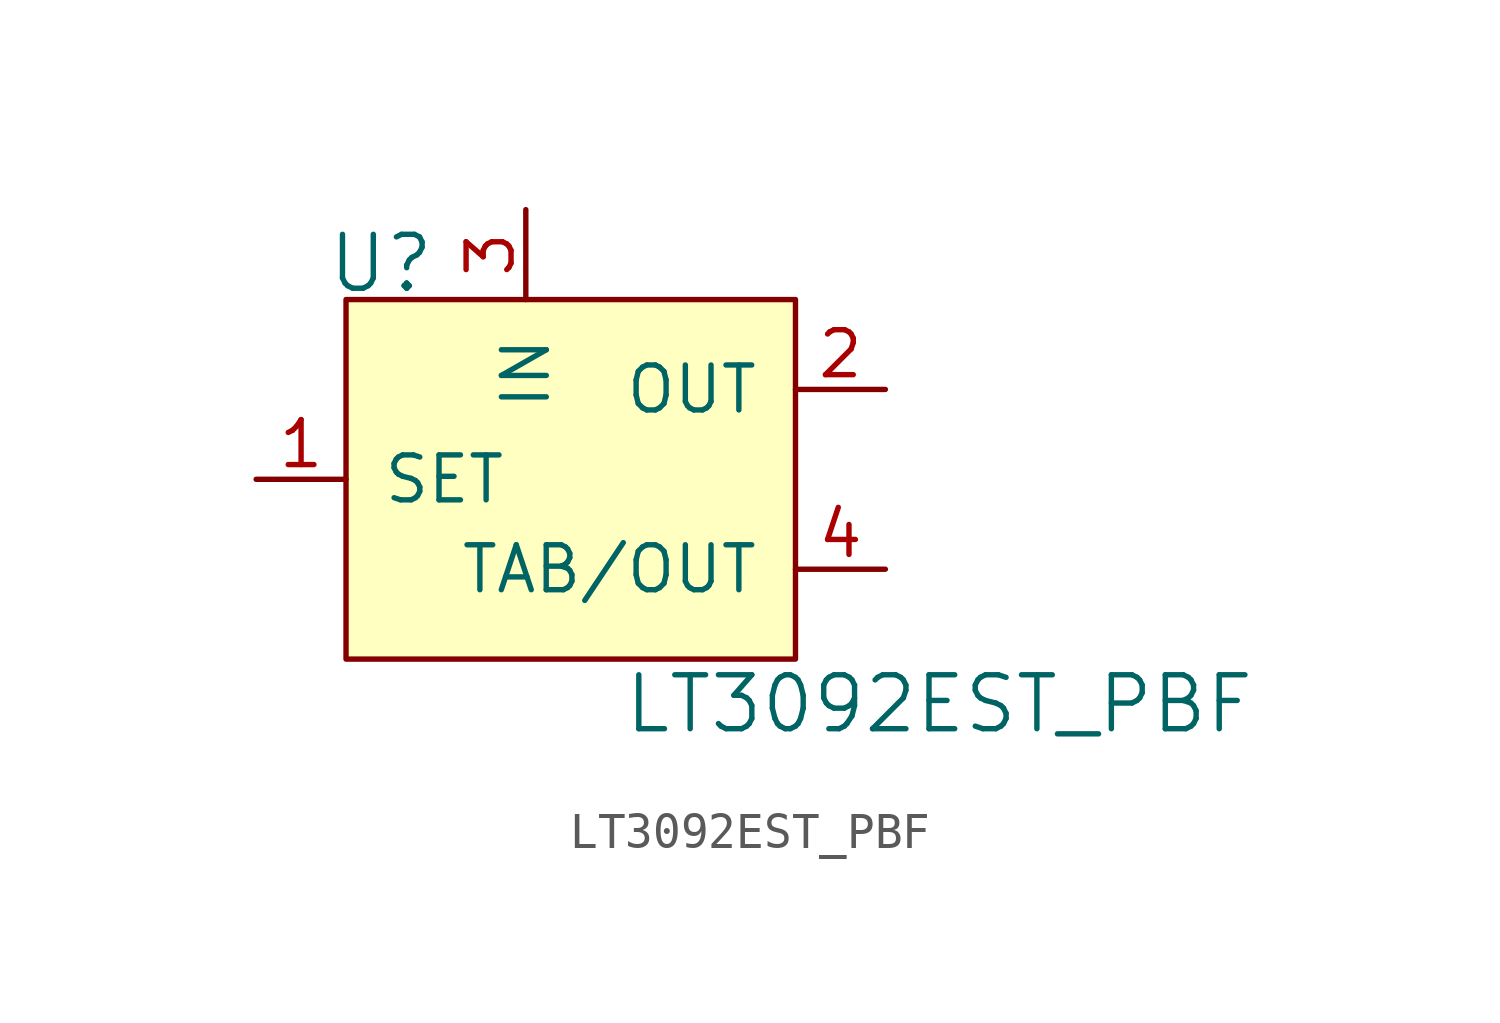
<source format=kicad_sym>
(kicad_symbol_lib
  (version 20211014)
  (generator kicad_symbol_editor)
  (symbol "LT3092EST_PBF"
    (pin_names
      (offset 1.016))
    (property "Reference" "U"
      (at -5.08 6.096 0)
      (effects (font (size 1.524 1.524)) (justify right)))
    (property "Value" "LT3092EST_PBF"
      (at 9.144 -6.35 0)
      (effects (font (size 1.524 1.524))))
    (symbol "LT3092EST_PBF_0_1"
      (rectangle (start -7.62 5.08) (end 5.08 -5.08) (stroke (width 0) (type default) (color 0 0 0 0)) (fill (type background))))
    (symbol "LT3092EST_PBF_1_1"
      (pin passive line (at -10.16 0 0) (length 2.54) (name "SET" (effects (font (size 1.27 1.27)))) (number "1" (effects (font (size 1.27 1.27)))))
      (pin power_out line (at 7.62 2.54 180) (length 2.54) (name "OUT" (effects (font (size 1.27 1.27)))) (number "2" (effects (font (size 1.27 1.27)))))
      (pin power_in line (at -2.54 7.62 270) (length 2.54) (name "IN" (effects (font (size 1.27 1.27)))) (number "3" (effects (font (size 1.27 1.27)))))
      (pin output line (at 7.62 -2.54 180) (length 2.54) (name "TAB/OUT" (effects (font (size 1.27 1.27)))) (number "4" (effects (font (size 1.27 1.27))))))))
</source>
